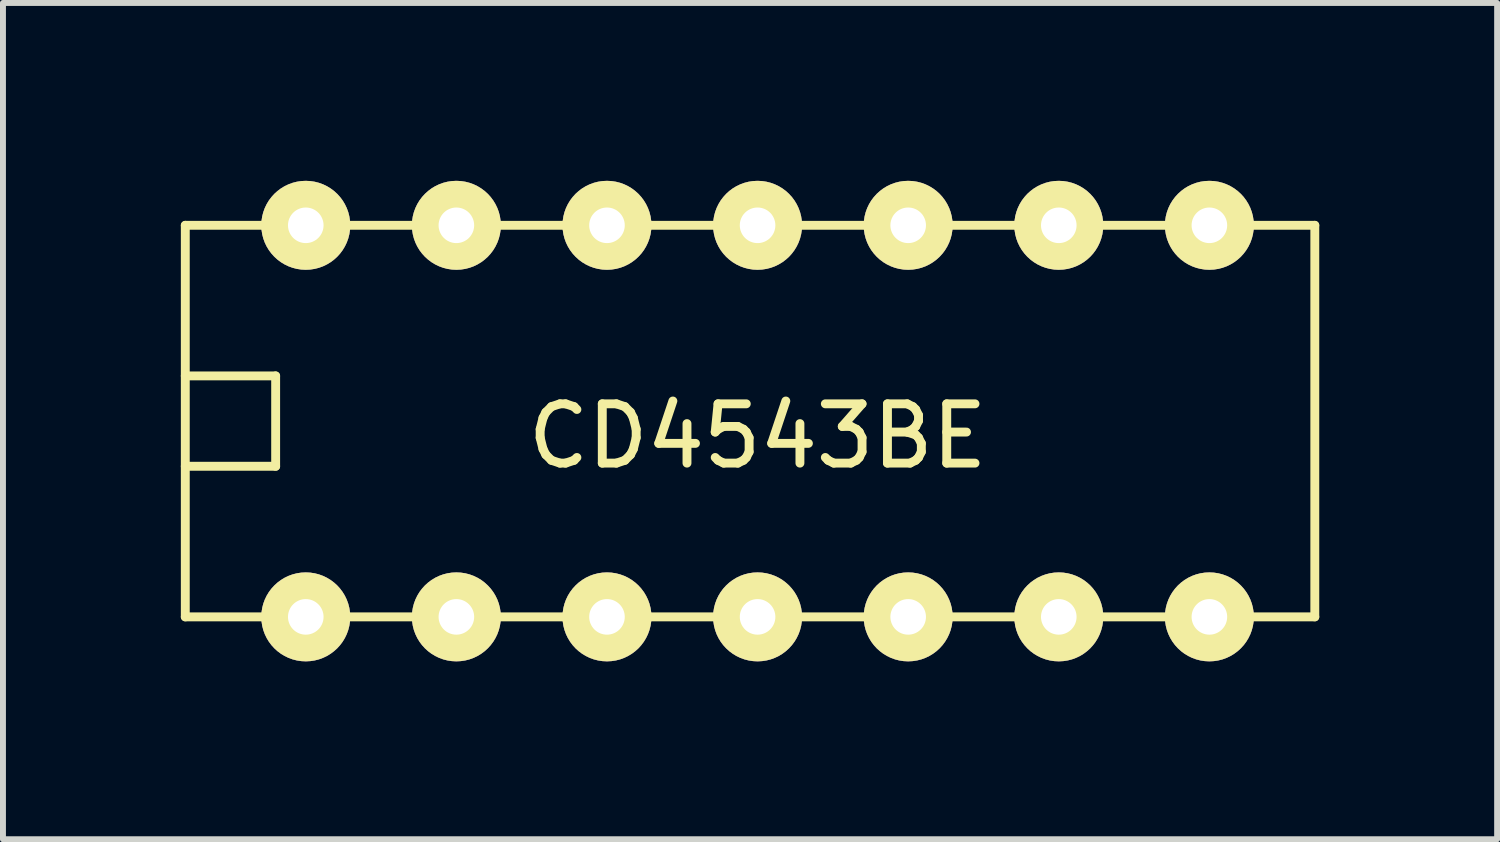
<source format=kicad_pcb>
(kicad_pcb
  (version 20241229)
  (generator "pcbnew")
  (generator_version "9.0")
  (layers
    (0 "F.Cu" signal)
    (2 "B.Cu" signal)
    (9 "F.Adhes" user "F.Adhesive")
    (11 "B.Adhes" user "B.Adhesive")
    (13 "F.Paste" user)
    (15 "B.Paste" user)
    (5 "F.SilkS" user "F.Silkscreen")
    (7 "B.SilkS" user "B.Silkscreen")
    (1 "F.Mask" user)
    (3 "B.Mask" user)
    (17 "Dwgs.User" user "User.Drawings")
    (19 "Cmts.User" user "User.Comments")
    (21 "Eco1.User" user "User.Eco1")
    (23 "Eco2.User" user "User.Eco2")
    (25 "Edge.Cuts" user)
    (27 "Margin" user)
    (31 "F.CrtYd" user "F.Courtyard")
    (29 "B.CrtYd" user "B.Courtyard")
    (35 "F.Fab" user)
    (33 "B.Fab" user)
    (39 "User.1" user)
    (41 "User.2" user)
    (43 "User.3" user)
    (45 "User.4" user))
  (footprint "CD4543BE"
    (layer "F.Cu")
    (at 9.727 4.306)
    (property "Reference" "CD4543BE" (at 0 0 0) (layer "F.SilkS") (effects (font (size 1 1) (thickness 0.15))))
    (attr through_hole)
    (fp_line (start -9.652 -3.556) (end 9.398 -3.556) (stroke (width 0.15) (type solid)) (layer "F.SilkS"))
    (fp_line (start -9.652 -1.016) (end -8.128 -1.016) (stroke (width 0.15) (type solid)) (layer "F.SilkS"))
    (fp_line (start -9.652 3.048) (end -9.652 -3.556) (stroke (width 0.15) (type solid)) (layer "F.SilkS"))
    (fp_line (start -8.128 -1.016) (end -8.128 0.508) (stroke (width 0.15) (type solid)) (layer "F.SilkS"))
    (fp_line (start -8.128 0.508) (end -9.652 0.508) (stroke (width 0.15) (type solid)) (layer "F.SilkS"))
    (fp_line (start 9.398 -3.556) (end 9.398 3.048) (stroke (width 0.15) (type solid)) (layer "F.SilkS"))
    (fp_line (start 9.398 3.048) (end -9.652 3.048) (stroke (width 0.15) (type solid)) (layer "F.SilkS"))
    (pad "1" thru_hole circle (at -7.62 3.048) (size 1.5 1.5) (drill 0.6) (layers "*.Cu" "*.Mask" "F.SilkS"))
    (pad "2" thru_hole circle (at -5.08 3.048) (size 1.5 1.5) (drill 0.6) (layers "*.Cu" "*.Mask" "F.SilkS"))
    (pad "3" thru_hole circle (at -2.54 3.048) (size 1.5 1.5) (drill 0.6) (layers "*.Cu" "*.Mask" "F.SilkS"))
    (pad "4" thru_hole circle (at 0 3.048) (size 1.5 1.5) (drill 0.6) (layers "*.Cu" "*.Mask" "F.SilkS"))
    (pad "6" thru_hole circle (at 2.54 3.048) (size 1.5 1.5) (drill 0.6) (layers "*.Cu" "*.Mask" "F.SilkS"))
    (pad "7" thru_hole circle (at 5.08 3.048) (size 1.5 1.5) (drill 0.6) (layers "*.Cu" "*.Mask" "F.SilkS"))
    (pad "8" thru_hole circle (at 7.62 3.048) (size 1.5 1.5) (drill 0.6) (layers "*.Cu" "*.Mask" "F.SilkS"))
    (pad "9" thru_hole circle (at 7.62 -3.556) (size 1.5 1.5) (drill 0.6) (layers "*.Cu" "*.Mask" "F.SilkS"))
    (pad "10" thru_hole circle (at 5.08 -3.556) (size 1.5 1.5) (drill 0.6) (layers "*.Cu" "*.Mask" "F.SilkS"))
    (pad "11" thru_hole circle (at 2.54 -3.556) (size 1.5 1.5) (drill 0.6) (layers "*.Cu" "*.Mask" "F.SilkS"))
    (pad "12" thru_hole circle (at 0 -3.556) (size 1.5 1.5) (drill 0.6) (layers "*.Cu" "*.Mask" "F.SilkS"))
    (pad "13" thru_hole circle (at -2.54 -3.556) (size 1.5 1.5) (drill 0.6) (layers "*.Cu" "*.Mask" "F.SilkS"))
    (pad "14" thru_hole circle (at -5.08 -3.556) (size 1.5 1.5) (drill 0.6) (layers "*.Cu" "*.Mask" "F.SilkS"))
    (pad "15" thru_hole circle (at -7.62 -3.556) (size 1.5 1.5) (drill 0.6) (layers "*.Cu" "*.Mask" "F.SilkS")))
  (gr_rect
    (start -3 -3)
    (end 22.2 11.104)
    (stroke (width 0.1) (type default))
    (fill no)
    (layer "Edge.Cuts")))
</source>
